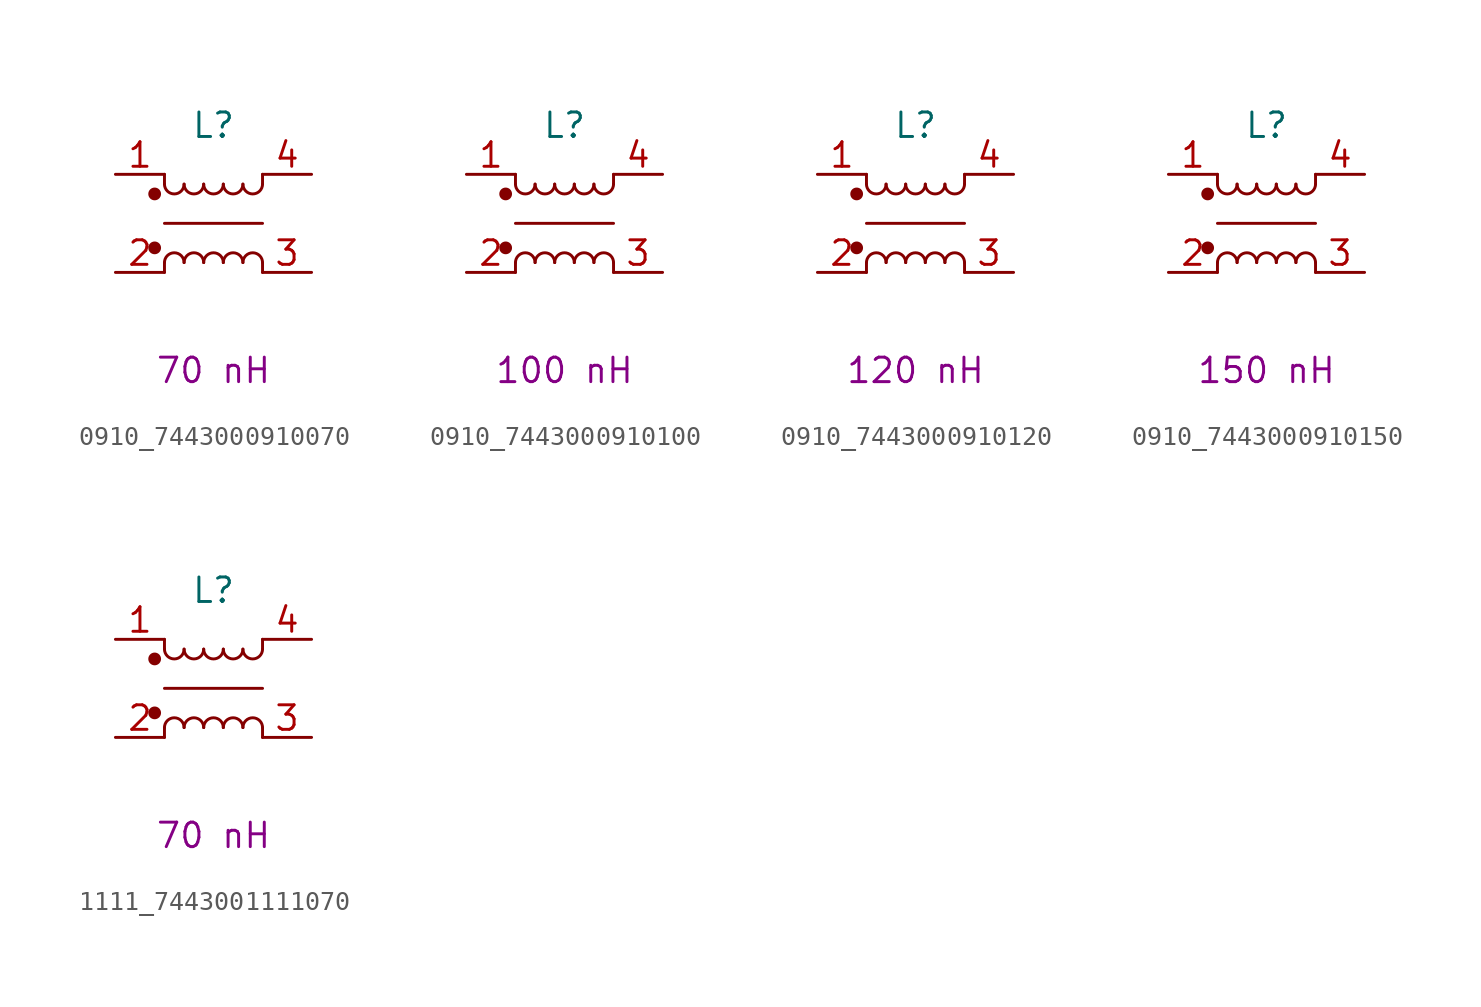
<source format=kicad_sym>
(kicad_symbol_lib
  (version 20220914)
  (generator kicad_symbol_editor)
  (symbol "0910_7443000910070"
    (pin_names hide)
    (property "Reference" "L"
      (at 0 5.08 0)
      (effects (font (size 1.27 1.27))))
    (property "Critical Parameter" "70 nH"
      (at 0 -7.62 0)
      (effects (font (size 1.27 1.27))))
    (symbol "0910_7443000910070_0_1"
      (circle (center -3.048 -1.27) (radius 0.254) (stroke (width 0) (type default)) (fill (type outline)))
      (circle (center -3.048 1.524) (radius 0.254) (stroke (width 0) (type default)) (fill (type outline)))
      (arc (start -2.54 2.032) (mid -2.032 1.5262) (end -1.524 2.032) (stroke (width 0) (type default)) (fill (type none)))
      (arc (start -1.524 -2.032) (mid -2.032 -1.5262) (end -2.54 -2.032) (stroke (width 0) (type default)) (fill (type none)))
      (arc (start -1.524 2.032) (mid -1.016 1.5262) (end -0.508 2.032) (stroke (width 0) (type default)) (fill (type none)))
      (arc (start -0.508 -2.032) (mid -1.016 -1.5262) (end -1.524 -2.032) (stroke (width 0) (type default)) (fill (type none)))
      (arc (start -0.508 2.032) (mid 0 1.5262) (end 0.508 2.032) (stroke (width 0) (type default)) (fill (type none)))
      (polyline (pts (xy -2.54 -2.032) (xy -2.54 -2.54)) (stroke (width 0) (type default)) (fill (type none)))
      (polyline (pts (xy -2.54 2.032) (xy -2.54 2.54)) (stroke (width 0) (type default)) (fill (type none)))
      (polyline (pts (xy 2.54 -2.032) (xy 2.54 -2.54)) (stroke (width 0) (type default)) (fill (type none)))
      (polyline (pts (xy 2.54 0) (xy -2.54 0)) (stroke (width 0) (type default)) (fill (type none)))
      (polyline (pts (xy 2.54 2.54) (xy 2.54 2.032)) (stroke (width 0) (type default)) (fill (type none)))
      (arc (start 0.508 -2.032) (mid 0 -1.5262) (end -0.508 -2.032) (stroke (width 0) (type default)) (fill (type none)))
      (arc (start 0.508 2.032) (mid 1.016 1.5262) (end 1.524 2.032) (stroke (width 0) (type default)) (fill (type none)))
      (arc (start 1.524 -2.032) (mid 1.016 -1.5262) (end 0.508 -2.032) (stroke (width 0) (type default)) (fill (type none)))
      (arc (start 1.524 2.032) (mid 2.032 1.5262) (end 2.54 2.032) (stroke (width 0) (type default)) (fill (type none)))
      (arc (start 2.54 -2.032) (mid 2.032 -1.5262) (end 1.524 -2.032) (stroke (width 0) (type default)) (fill (type none))))
    (symbol "0910_7443000910070_1_1"
      (pin passive line (at -5.08 2.54 0) (length 2.54) (name "1" (effects (font (size 1.27 1.27)))) (number "1" (effects (font (size 1.27 1.27)))))
      (pin passive line (at -5.08 -2.54 0) (length 2.54) (name "2" (effects (font (size 1.27 1.27)))) (number "2" (effects (font (size 1.27 1.27)))))
      (pin passive line (at 5.08 -2.54 180) (length 2.54) (name "3" (effects (font (size 1.27 1.27)))) (number "3" (effects (font (size 1.27 1.27)))))
      (pin passive line (at 5.08 2.54 180) (length 2.54) (name "4" (effects (font (size 1.27 1.27)))) (number "4" (effects (font (size 1.27 1.27)))))))
  (symbol "0910_7443000910100"
    (pin_names hide)
    (property "Reference" "L"
      (at 0 5.08 0)
      (effects (font (size 1.27 1.27))))
    (property "Critical Parameter" "100 nH"
      (at 0 -7.62 0)
      (effects (font (size 1.27 1.27))))
    (symbol "0910_7443000910100_0_1"
      (circle (center -3.048 -1.27) (radius 0.254) (stroke (width 0) (type default)) (fill (type outline)))
      (circle (center -3.048 1.524) (radius 0.254) (stroke (width 0) (type default)) (fill (type outline)))
      (arc (start -2.54 2.032) (mid -2.032 1.5262) (end -1.524 2.032) (stroke (width 0) (type default)) (fill (type none)))
      (arc (start -1.524 -2.032) (mid -2.032 -1.5262) (end -2.54 -2.032) (stroke (width 0) (type default)) (fill (type none)))
      (arc (start -1.524 2.032) (mid -1.016 1.5262) (end -0.508 2.032) (stroke (width 0) (type default)) (fill (type none)))
      (arc (start -0.508 -2.032) (mid -1.016 -1.5262) (end -1.524 -2.032) (stroke (width 0) (type default)) (fill (type none)))
      (arc (start -0.508 2.032) (mid 0 1.5262) (end 0.508 2.032) (stroke (width 0) (type default)) (fill (type none)))
      (polyline (pts (xy -2.54 -2.032) (xy -2.54 -2.54)) (stroke (width 0) (type default)) (fill (type none)))
      (polyline (pts (xy -2.54 2.032) (xy -2.54 2.54)) (stroke (width 0) (type default)) (fill (type none)))
      (polyline (pts (xy 2.54 -2.032) (xy 2.54 -2.54)) (stroke (width 0) (type default)) (fill (type none)))
      (polyline (pts (xy 2.54 0) (xy -2.54 0)) (stroke (width 0) (type default)) (fill (type none)))
      (polyline (pts (xy 2.54 2.54) (xy 2.54 2.032)) (stroke (width 0) (type default)) (fill (type none)))
      (arc (start 0.508 -2.032) (mid 0 -1.5262) (end -0.508 -2.032) (stroke (width 0) (type default)) (fill (type none)))
      (arc (start 0.508 2.032) (mid 1.016 1.5262) (end 1.524 2.032) (stroke (width 0) (type default)) (fill (type none)))
      (arc (start 1.524 -2.032) (mid 1.016 -1.5262) (end 0.508 -2.032) (stroke (width 0) (type default)) (fill (type none)))
      (arc (start 1.524 2.032) (mid 2.032 1.5262) (end 2.54 2.032) (stroke (width 0) (type default)) (fill (type none)))
      (arc (start 2.54 -2.032) (mid 2.032 -1.5262) (end 1.524 -2.032) (stroke (width 0) (type default)) (fill (type none))))
    (symbol "0910_7443000910100_1_1"
      (pin passive line (at -5.08 2.54 0) (length 2.54) (name "1" (effects (font (size 1.27 1.27)))) (number "1" (effects (font (size 1.27 1.27)))))
      (pin passive line (at -5.08 -2.54 0) (length 2.54) (name "2" (effects (font (size 1.27 1.27)))) (number "2" (effects (font (size 1.27 1.27)))))
      (pin passive line (at 5.08 -2.54 180) (length 2.54) (name "3" (effects (font (size 1.27 1.27)))) (number "3" (effects (font (size 1.27 1.27)))))
      (pin passive line (at 5.08 2.54 180) (length 2.54) (name "4" (effects (font (size 1.27 1.27)))) (number "4" (effects (font (size 1.27 1.27)))))))
  (symbol "0910_7443000910120"
    (pin_names hide)
    (property "Reference" "L"
      (at 0 5.08 0)
      (effects (font (size 1.27 1.27))))
    (property "Critical Parameter" "120 nH"
      (at 0 -7.62 0)
      (effects (font (size 1.27 1.27))))
    (symbol "0910_7443000910120_0_1"
      (circle (center -3.048 -1.27) (radius 0.254) (stroke (width 0) (type default)) (fill (type outline)))
      (circle (center -3.048 1.524) (radius 0.254) (stroke (width 0) (type default)) (fill (type outline)))
      (arc (start -2.54 2.032) (mid -2.032 1.5262) (end -1.524 2.032) (stroke (width 0) (type default)) (fill (type none)))
      (arc (start -1.524 -2.032) (mid -2.032 -1.5262) (end -2.54 -2.032) (stroke (width 0) (type default)) (fill (type none)))
      (arc (start -1.524 2.032) (mid -1.016 1.5262) (end -0.508 2.032) (stroke (width 0) (type default)) (fill (type none)))
      (arc (start -0.508 -2.032) (mid -1.016 -1.5262) (end -1.524 -2.032) (stroke (width 0) (type default)) (fill (type none)))
      (arc (start -0.508 2.032) (mid 0 1.5262) (end 0.508 2.032) (stroke (width 0) (type default)) (fill (type none)))
      (polyline (pts (xy -2.54 -2.032) (xy -2.54 -2.54)) (stroke (width 0) (type default)) (fill (type none)))
      (polyline (pts (xy -2.54 2.032) (xy -2.54 2.54)) (stroke (width 0) (type default)) (fill (type none)))
      (polyline (pts (xy 2.54 -2.032) (xy 2.54 -2.54)) (stroke (width 0) (type default)) (fill (type none)))
      (polyline (pts (xy 2.54 0) (xy -2.54 0)) (stroke (width 0) (type default)) (fill (type none)))
      (polyline (pts (xy 2.54 2.54) (xy 2.54 2.032)) (stroke (width 0) (type default)) (fill (type none)))
      (arc (start 0.508 -2.032) (mid 0 -1.5262) (end -0.508 -2.032) (stroke (width 0) (type default)) (fill (type none)))
      (arc (start 0.508 2.032) (mid 1.016 1.5262) (end 1.524 2.032) (stroke (width 0) (type default)) (fill (type none)))
      (arc (start 1.524 -2.032) (mid 1.016 -1.5262) (end 0.508 -2.032) (stroke (width 0) (type default)) (fill (type none)))
      (arc (start 1.524 2.032) (mid 2.032 1.5262) (end 2.54 2.032) (stroke (width 0) (type default)) (fill (type none)))
      (arc (start 2.54 -2.032) (mid 2.032 -1.5262) (end 1.524 -2.032) (stroke (width 0) (type default)) (fill (type none))))
    (symbol "0910_7443000910120_1_1"
      (pin passive line (at -5.08 2.54 0) (length 2.54) (name "1" (effects (font (size 1.27 1.27)))) (number "1" (effects (font (size 1.27 1.27)))))
      (pin passive line (at -5.08 -2.54 0) (length 2.54) (name "2" (effects (font (size 1.27 1.27)))) (number "2" (effects (font (size 1.27 1.27)))))
      (pin passive line (at 5.08 -2.54 180) (length 2.54) (name "3" (effects (font (size 1.27 1.27)))) (number "3" (effects (font (size 1.27 1.27)))))
      (pin passive line (at 5.08 2.54 180) (length 2.54) (name "4" (effects (font (size 1.27 1.27)))) (number "4" (effects (font (size 1.27 1.27)))))))
  (symbol "0910_7443000910150"
    (pin_names hide)
    (property "Reference" "L"
      (at 0 5.08 0)
      (effects (font (size 1.27 1.27))))
    (property "Critical Parameter" "150 nH"
      (at 0 -7.62 0)
      (effects (font (size 1.27 1.27))))
    (symbol "0910_7443000910150_0_1"
      (circle (center -3.048 -1.27) (radius 0.254) (stroke (width 0) (type default)) (fill (type outline)))
      (circle (center -3.048 1.524) (radius 0.254) (stroke (width 0) (type default)) (fill (type outline)))
      (arc (start -2.54 2.032) (mid -2.032 1.5262) (end -1.524 2.032) (stroke (width 0) (type default)) (fill (type none)))
      (arc (start -1.524 -2.032) (mid -2.032 -1.5262) (end -2.54 -2.032) (stroke (width 0) (type default)) (fill (type none)))
      (arc (start -1.524 2.032) (mid -1.016 1.5262) (end -0.508 2.032) (stroke (width 0) (type default)) (fill (type none)))
      (arc (start -0.508 -2.032) (mid -1.016 -1.5262) (end -1.524 -2.032) (stroke (width 0) (type default)) (fill (type none)))
      (arc (start -0.508 2.032) (mid 0 1.5262) (end 0.508 2.032) (stroke (width 0) (type default)) (fill (type none)))
      (polyline (pts (xy -2.54 -2.032) (xy -2.54 -2.54)) (stroke (width 0) (type default)) (fill (type none)))
      (polyline (pts (xy -2.54 2.032) (xy -2.54 2.54)) (stroke (width 0) (type default)) (fill (type none)))
      (polyline (pts (xy 2.54 -2.032) (xy 2.54 -2.54)) (stroke (width 0) (type default)) (fill (type none)))
      (polyline (pts (xy 2.54 0) (xy -2.54 0)) (stroke (width 0) (type default)) (fill (type none)))
      (polyline (pts (xy 2.54 2.54) (xy 2.54 2.032)) (stroke (width 0) (type default)) (fill (type none)))
      (arc (start 0.508 -2.032) (mid 0 -1.5262) (end -0.508 -2.032) (stroke (width 0) (type default)) (fill (type none)))
      (arc (start 0.508 2.032) (mid 1.016 1.5262) (end 1.524 2.032) (stroke (width 0) (type default)) (fill (type none)))
      (arc (start 1.524 -2.032) (mid 1.016 -1.5262) (end 0.508 -2.032) (stroke (width 0) (type default)) (fill (type none)))
      (arc (start 1.524 2.032) (mid 2.032 1.5262) (end 2.54 2.032) (stroke (width 0) (type default)) (fill (type none)))
      (arc (start 2.54 -2.032) (mid 2.032 -1.5262) (end 1.524 -2.032) (stroke (width 0) (type default)) (fill (type none))))
    (symbol "0910_7443000910150_1_1"
      (pin passive line (at -5.08 2.54 0) (length 2.54) (name "1" (effects (font (size 1.27 1.27)))) (number "1" (effects (font (size 1.27 1.27)))))
      (pin passive line (at -5.08 -2.54 0) (length 2.54) (name "2" (effects (font (size 1.27 1.27)))) (number "2" (effects (font (size 1.27 1.27)))))
      (pin passive line (at 5.08 -2.54 180) (length 2.54) (name "3" (effects (font (size 1.27 1.27)))) (number "3" (effects (font (size 1.27 1.27)))))
      (pin passive line (at 5.08 2.54 180) (length 2.54) (name "4" (effects (font (size 1.27 1.27)))) (number "4" (effects (font (size 1.27 1.27)))))))
  (symbol "1111_7443001111070"
    (pin_names hide)
    (property "Reference" "L"
      (at 0 5.08 0)
      (effects (font (size 1.27 1.27))))
    (property "Critical Parameter" "70 nH"
      (at 0 -7.62 0)
      (effects (font (size 1.27 1.27))))
    (symbol "1111_7443001111070_0_1"
      (circle (center -3.048 -1.27) (radius 0.254) (stroke (width 0) (type default)) (fill (type outline)))
      (circle (center -3.048 1.524) (radius 0.254) (stroke (width 0) (type default)) (fill (type outline)))
      (arc (start -2.54 2.032) (mid -2.032 1.5262) (end -1.524 2.032) (stroke (width 0) (type default)) (fill (type none)))
      (arc (start -1.524 -2.032) (mid -2.032 -1.5262) (end -2.54 -2.032) (stroke (width 0) (type default)) (fill (type none)))
      (arc (start -1.524 2.032) (mid -1.016 1.5262) (end -0.508 2.032) (stroke (width 0) (type default)) (fill (type none)))
      (arc (start -0.508 -2.032) (mid -1.016 -1.5262) (end -1.524 -2.032) (stroke (width 0) (type default)) (fill (type none)))
      (arc (start -0.508 2.032) (mid 0 1.5262) (end 0.508 2.032) (stroke (width 0) (type default)) (fill (type none)))
      (polyline (pts (xy -2.54 -2.032) (xy -2.54 -2.54)) (stroke (width 0) (type default)) (fill (type none)))
      (polyline (pts (xy -2.54 2.032) (xy -2.54 2.54)) (stroke (width 0) (type default)) (fill (type none)))
      (polyline (pts (xy 2.54 -2.032) (xy 2.54 -2.54)) (stroke (width 0) (type default)) (fill (type none)))
      (polyline (pts (xy 2.54 0) (xy -2.54 0)) (stroke (width 0) (type default)) (fill (type none)))
      (polyline (pts (xy 2.54 2.54) (xy 2.54 2.032)) (stroke (width 0) (type default)) (fill (type none)))
      (arc (start 0.508 -2.032) (mid 0 -1.5262) (end -0.508 -2.032) (stroke (width 0) (type default)) (fill (type none)))
      (arc (start 0.508 2.032) (mid 1.016 1.5262) (end 1.524 2.032) (stroke (width 0) (type default)) (fill (type none)))
      (arc (start 1.524 -2.032) (mid 1.016 -1.5262) (end 0.508 -2.032) (stroke (width 0) (type default)) (fill (type none)))
      (arc (start 1.524 2.032) (mid 2.032 1.5262) (end 2.54 2.032) (stroke (width 0) (type default)) (fill (type none)))
      (arc (start 2.54 -2.032) (mid 2.032 -1.5262) (end 1.524 -2.032) (stroke (width 0) (type default)) (fill (type none))))
    (symbol "1111_7443001111070_1_1"
      (pin passive line (at -5.08 2.54 0) (length 2.54) (name "1" (effects (font (size 1.27 1.27)))) (number "1" (effects (font (size 1.27 1.27)))))
      (pin passive line (at -5.08 -2.54 0) (length 2.54) (name "2" (effects (font (size 1.27 1.27)))) (number "2" (effects (font (size 1.27 1.27)))))
      (pin passive line (at 5.08 -2.54 180) (length 2.54) (name "3" (effects (font (size 1.27 1.27)))) (number "3" (effects (font (size 1.27 1.27)))))
      (pin passive line (at 5.08 2.54 180) (length 2.54) (name "4" (effects (font (size 1.27 1.27)))) (number "4" (effects (font (size 1.27 1.27))))))))
</source>
